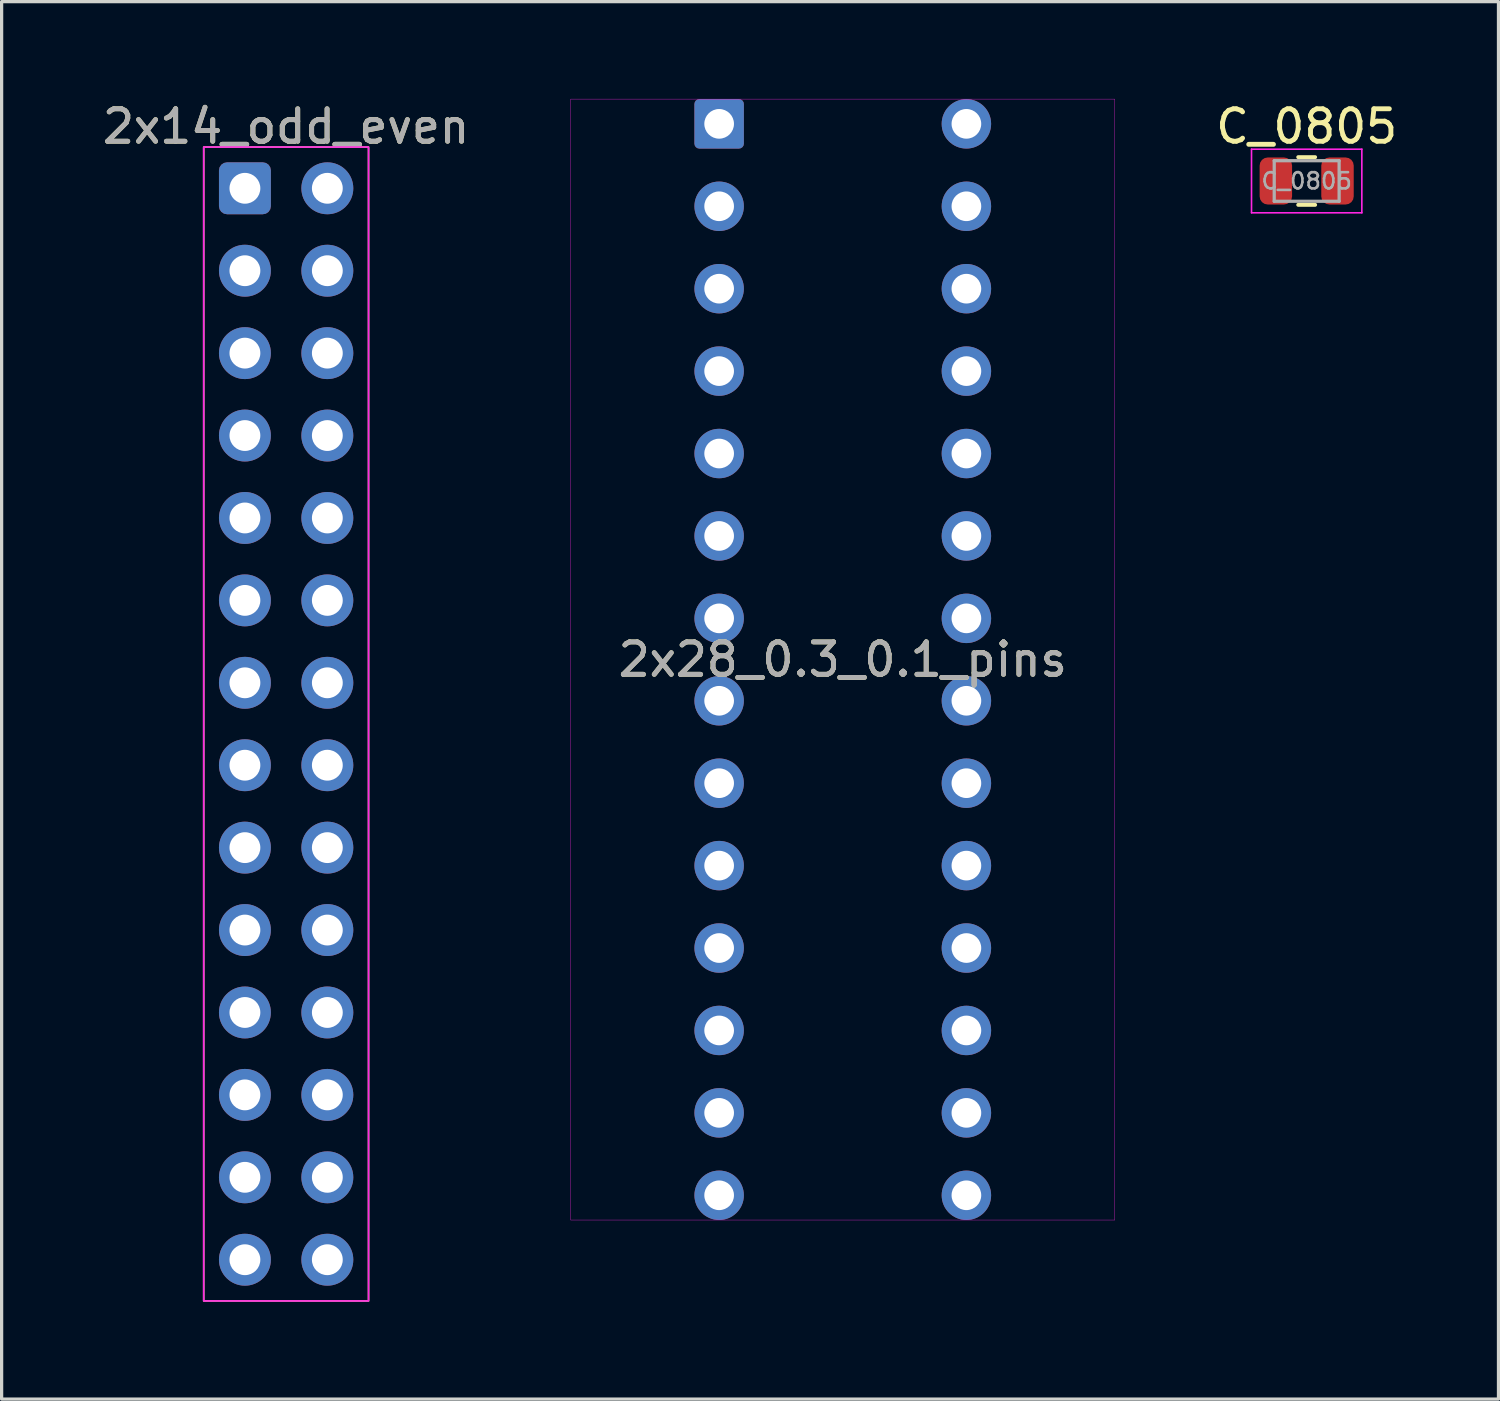
<source format=kicad_pcb>
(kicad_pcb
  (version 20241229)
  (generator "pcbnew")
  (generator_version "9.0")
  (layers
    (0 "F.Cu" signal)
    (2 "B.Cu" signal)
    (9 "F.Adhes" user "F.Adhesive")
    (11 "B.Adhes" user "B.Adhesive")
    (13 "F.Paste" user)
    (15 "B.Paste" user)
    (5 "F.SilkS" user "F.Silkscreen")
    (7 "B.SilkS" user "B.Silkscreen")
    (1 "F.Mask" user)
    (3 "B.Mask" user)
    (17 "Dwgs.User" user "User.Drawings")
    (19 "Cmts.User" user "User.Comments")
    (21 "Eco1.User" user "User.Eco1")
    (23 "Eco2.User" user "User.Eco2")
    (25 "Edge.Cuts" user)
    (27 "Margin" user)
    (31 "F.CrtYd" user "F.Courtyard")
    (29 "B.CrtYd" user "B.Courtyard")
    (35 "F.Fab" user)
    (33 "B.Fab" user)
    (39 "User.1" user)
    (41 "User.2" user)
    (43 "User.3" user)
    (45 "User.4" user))
  (footprint "2x28_0.3_0.1_pins"
    (layer "F.Cu")
    (at 22.923 17.277)
    (property "Reference" "2x28_0.3_0.1_pins" (at 0 0 0) (layer "F.SilkS") (effects (font (size 1 1) (thickness 0.15))))
    (attr through_hole)
    (fp_line (start -8.382 -17.272) (end -8.382 17.272) (stroke (width 0.01) (type solid)) (layer "F.CrtYd"))
    (fp_line (start -8.382 17.272) (end 8.382 17.272) (stroke (width 0.01) (type solid)) (layer "F.CrtYd"))
    (fp_line (start 8.382 -17.272) (end -8.382 -17.272) (stroke (width 0.01) (type solid)) (layer "F.CrtYd"))
    (fp_line (start 8.382 17.272) (end 8.382 -17.272) (stroke (width 0.01) (type solid)) (layer "F.CrtYd"))
    (fp_text user "${REFERENCE}" (at 0 0 0) (layer "F.Fab") (effects (font (size 1 1) (thickness 0.15))))
    (pad "1" thru_hole roundrect (at -3.81 -16.51) (size 1.524 1.524) (drill 0.914) (layers "*.Cu" "*.Mask") (roundrect_rratio 0.1))
    (pad "2" thru_hole circle (at -3.81 -13.97) (size 1.524 1.524) (drill 0.914) (layers "*.Cu" "*.Mask"))
    (pad "3" thru_hole circle (at -3.81 -11.43) (size 1.524 1.524) (drill 0.914) (layers "*.Cu" "*.Mask"))
    (pad "4" thru_hole circle (at -3.81 -8.89) (size 1.524 1.524) (drill 0.914) (layers "*.Cu" "*.Mask"))
    (pad "5" thru_hole circle (at -3.81 -6.35) (size 1.524 1.524) (drill 0.914) (layers "*.Cu" "*.Mask"))
    (pad "6" thru_hole circle (at -3.81 -3.81) (size 1.524 1.524) (drill 0.914) (layers "*.Cu" "*.Mask"))
    (pad "7" thru_hole circle (at -3.81 -1.27) (size 1.524 1.524) (drill 0.914) (layers "*.Cu" "*.Mask"))
    (pad "8" thru_hole circle (at -3.81 1.27) (size 1.524 1.524) (drill 0.914) (layers "*.Cu" "*.Mask"))
    (pad "9" thru_hole circle (at -3.81 3.81) (size 1.524 1.524) (drill 0.914) (layers "*.Cu" "*.Mask"))
    (pad "10" thru_hole circle (at -3.81 6.35) (size 1.524 1.524) (drill 0.914) (layers "*.Cu" "*.Mask"))
    (pad "11" thru_hole circle (at -3.81 8.89) (size 1.524 1.524) (drill 0.914) (layers "*.Cu" "*.Mask"))
    (pad "12" thru_hole circle (at -3.81 11.43) (size 1.524 1.524) (drill 0.914) (layers "*.Cu" "*.Mask"))
    (pad "13" thru_hole circle (at -3.81 13.97) (size 1.524 1.524) (drill 0.914) (layers "*.Cu" "*.Mask"))
    (pad "14" thru_hole circle (at -3.81 16.51) (size 1.524 1.524) (drill 0.914) (layers "*.Cu" "*.Mask"))
    (pad "15" thru_hole circle (at 3.81 16.51) (size 1.524 1.524) (drill 0.914) (layers "*.Cu" "*.Mask"))
    (pad "16" thru_hole circle (at 3.81 13.97) (size 1.524 1.524) (drill 0.914) (layers "*.Cu" "*.Mask"))
    (pad "17" thru_hole circle (at 3.81 11.43) (size 1.524 1.524) (drill 0.914) (layers "*.Cu" "*.Mask"))
    (pad "18" thru_hole circle (at 3.81 8.89) (size 1.524 1.524) (drill 0.914) (layers "*.Cu" "*.Mask"))
    (pad "19" thru_hole circle (at 3.81 6.35) (size 1.524 1.524) (drill 0.914) (layers "*.Cu" "*.Mask"))
    (pad "20" thru_hole circle (at 3.81 3.81) (size 1.524 1.524) (drill 0.914) (layers "*.Cu" "*.Mask"))
    (pad "21" thru_hole circle (at 3.81 1.27) (size 1.524 1.524) (drill 0.914) (layers "*.Cu" "*.Mask"))
    (pad "22" thru_hole circle (at 3.81 -1.27) (size 1.524 1.524) (drill 0.914) (layers "*.Cu" "*.Mask"))
    (pad "23" thru_hole circle (at 3.81 -3.81) (size 1.524 1.524) (drill 0.914) (layers "*.Cu" "*.Mask"))
    (pad "24" thru_hole circle (at 3.81 -6.35) (size 1.524 1.524) (drill 0.914) (layers "*.Cu" "*.Mask"))
    (pad "25" thru_hole circle (at 3.81 -8.89) (size 1.524 1.524) (drill 0.914) (layers "*.Cu" "*.Mask"))
    (pad "26" thru_hole circle (at 3.81 -11.43) (size 1.524 1.524) (drill 0.914) (layers "*.Cu" "*.Mask"))
    (pad "27" thru_hole circle (at 3.81 -13.97) (size 1.524 1.524) (drill 0.914) (layers "*.Cu" "*.Mask"))
    (pad "28" thru_hole circle (at 3.81 -16.51) (size 1.524 1.524) (drill 0.914) (layers "*.Cu" "*.Mask")))
  (footprint "C_0805"
    (layer "F.Cu")
    (at 37.22 2.528)
    (property "Reference" "C_0805" (at 0 -1.68 0) (layer "F.SilkS") (effects (font (size 1 1) (thickness 0.15))))
    (attr smd)
    (fp_line (start -0.261 -0.735) (end 0.261 -0.735) (stroke (width 0.12) (type solid)) (layer "F.SilkS"))
    (fp_line (start -0.261 0.735) (end 0.261 0.735) (stroke (width 0.12) (type solid)) (layer "F.SilkS"))
    (fp_line (start -1.7 -0.98) (end 1.7 -0.98) (stroke (width 0.05) (type solid)) (layer "F.CrtYd"))
    (fp_line (start -1.7 0.98) (end -1.7 -0.98) (stroke (width 0.05) (type solid)) (layer "F.CrtYd"))
    (fp_line (start 1.7 -0.98) (end 1.7 0.98) (stroke (width 0.05) (type solid)) (layer "F.CrtYd"))
    (fp_line (start 1.7 0.98) (end -1.7 0.98) (stroke (width 0.05) (type solid)) (layer "F.CrtYd"))
    (fp_line (start -1 -0.625) (end 1 -0.625) (stroke (width 0.1) (type solid)) (layer "F.Fab"))
    (fp_line (start -1 0.625) (end -1 -0.625) (stroke (width 0.1) (type solid)) (layer "F.Fab"))
    (fp_line (start 1 -0.625) (end 1 0.625) (stroke (width 0.1) (type solid)) (layer "F.Fab"))
    (fp_line (start 1 0.625) (end -1 0.625) (stroke (width 0.1) (type solid)) (layer "F.Fab"))
    (fp_text user "${REFERENCE}" (at 0 0 0) (layer "F.Fab") (effects (font (size 0.5 0.5) (thickness 0.08))))
    (pad "1" smd roundrect (at -0.95 0) (size 1 1.45) (layers "F.Cu" "F.Mask" "F.Paste") (roundrect_rratio 0.25))
    (pad "2" smd roundrect (at 0.95 0) (size 1 1.45) (layers "F.Cu" "F.Mask" "F.Paste") (roundrect_rratio 0.25)))
  (footprint "2x14_odd_even"
    (layer "F.Cu")
    (at 5.768 19.263)
    (property "Reference" "2x14_odd_even" (at 0 -18.415 0) (layer "F.SilkS") (effects (font (size 1 1) (thickness 0.15))))
    (attr through_hole)
    (fp_rect (start -2.54 -17.78) (end 2.54 17.78) (stroke (width 0.05) (type default)) (fill no) (layer "F.SilkS"))
    (fp_rect (start -2.54 -17.78) (end 2.54 17.78) (stroke (width 0.05) (type default)) (fill no) (layer "F.CrtYd"))
    (fp_text user "${REFERENCE}" (at 0 -18.415 0) (layer "F.Fab") (effects (font (size 1 1) (thickness 0.15))))
    (pad "1" thru_hole roundrect (at -1.27 -16.51) (size 1.6 1.6) (drill 0.95) (layers "*.Cu" "*.Mask") (roundrect_rratio 0.156))
    (pad "2" thru_hole circle (at 1.27 -16.51) (size 1.6 1.6) (drill 0.95) (layers "*.Cu" "*.Mask"))
    (pad "3" thru_hole circle (at -1.27 -13.97) (size 1.6 1.6) (drill 0.95) (layers "*.Cu" "*.Mask"))
    (pad "4" thru_hole circle (at 1.27 -13.97) (size 1.6 1.6) (drill 0.95) (layers "*.Cu" "*.Mask"))
    (pad "5" thru_hole circle (at -1.27 -11.43) (size 1.6 1.6) (drill 0.95) (layers "*.Cu" "*.Mask"))
    (pad "6" thru_hole circle (at 1.27 -11.43) (size 1.6 1.6) (drill 0.95) (layers "*.Cu" "*.Mask"))
    (pad "7" thru_hole circle (at -1.27 -8.89) (size 1.6 1.6) (drill 0.95) (layers "*.Cu" "*.Mask"))
    (pad "8" thru_hole circle (at 1.27 -8.89) (size 1.6 1.6) (drill 0.95) (layers "*.Cu" "*.Mask"))
    (pad "9" thru_hole circle (at -1.27 -6.35) (size 1.6 1.6) (drill 0.95) (layers "*.Cu" "*.Mask"))
    (pad "10" thru_hole circle (at 1.27 -6.35) (size 1.6 1.6) (drill 0.95) (layers "*.Cu" "*.Mask"))
    (pad "11" thru_hole circle (at -1.27 -3.81) (size 1.6 1.6) (drill 0.95) (layers "*.Cu" "*.Mask"))
    (pad "12" thru_hole circle (at 1.27 -3.81) (size 1.6 1.6) (drill 0.95) (layers "*.Cu" "*.Mask"))
    (pad "13" thru_hole circle (at -1.27 -1.27) (size 1.6 1.6) (drill 0.95) (layers "*.Cu" "*.Mask"))
    (pad "14" thru_hole circle (at 1.27 -1.27) (size 1.6 1.6) (drill 0.95) (layers "*.Cu" "*.Mask"))
    (pad "15" thru_hole circle (at -1.27 1.27) (size 1.6 1.6) (drill 0.95) (layers "*.Cu" "*.Mask"))
    (pad "16" thru_hole circle (at 1.27 1.27) (size 1.6 1.6) (drill 0.95) (layers "*.Cu" "*.Mask"))
    (pad "17" thru_hole circle (at -1.27 3.81) (size 1.6 1.6) (drill 0.95) (layers "*.Cu" "*.Mask"))
    (pad "18" thru_hole circle (at 1.27 3.81) (size 1.6 1.6) (drill 0.95) (layers "*.Cu" "*.Mask"))
    (pad "19" thru_hole circle (at -1.27 6.35) (size 1.6 1.6) (drill 0.95) (layers "*.Cu" "*.Mask"))
    (pad "20" thru_hole circle (at 1.27 6.35) (size 1.6 1.6) (drill 0.95) (layers "*.Cu" "*.Mask"))
    (pad "21" thru_hole circle (at -1.27 8.89) (size 1.6 1.6) (drill 0.95) (layers "*.Cu" "*.Mask"))
    (pad "22" thru_hole circle (at 1.27 8.89) (size 1.6 1.6) (drill 0.95) (layers "*.Cu" "*.Mask"))
    (pad "23" thru_hole circle (at -1.27 11.43) (size 1.6 1.6) (drill 0.95) (layers "*.Cu" "*.Mask"))
    (pad "24" thru_hole circle (at 1.27 11.43) (size 1.6 1.6) (drill 0.95) (layers "*.Cu" "*.Mask"))
    (pad "25" thru_hole circle (at -1.27 13.97) (size 1.6 1.6) (drill 0.95) (layers "*.Cu" "*.Mask"))
    (pad "26" thru_hole circle (at 1.27 13.97) (size 1.6 1.6) (drill 0.95) (layers "*.Cu" "*.Mask"))
    (pad "27" thru_hole circle (at -1.27 16.51) (size 1.6 1.6) (drill 0.95) (layers "*.Cu" "*.Mask"))
    (pad "28" thru_hole circle (at 1.27 16.51) (size 1.6 1.6) (drill 0.95) (layers "*.Cu" "*.Mask")))
  (gr_rect
    (start -3 -3)
    (end 43.131 40.068)
    (stroke (width 0.1) (type default))
    (fill no)
    (layer "Edge.Cuts")))
</source>
